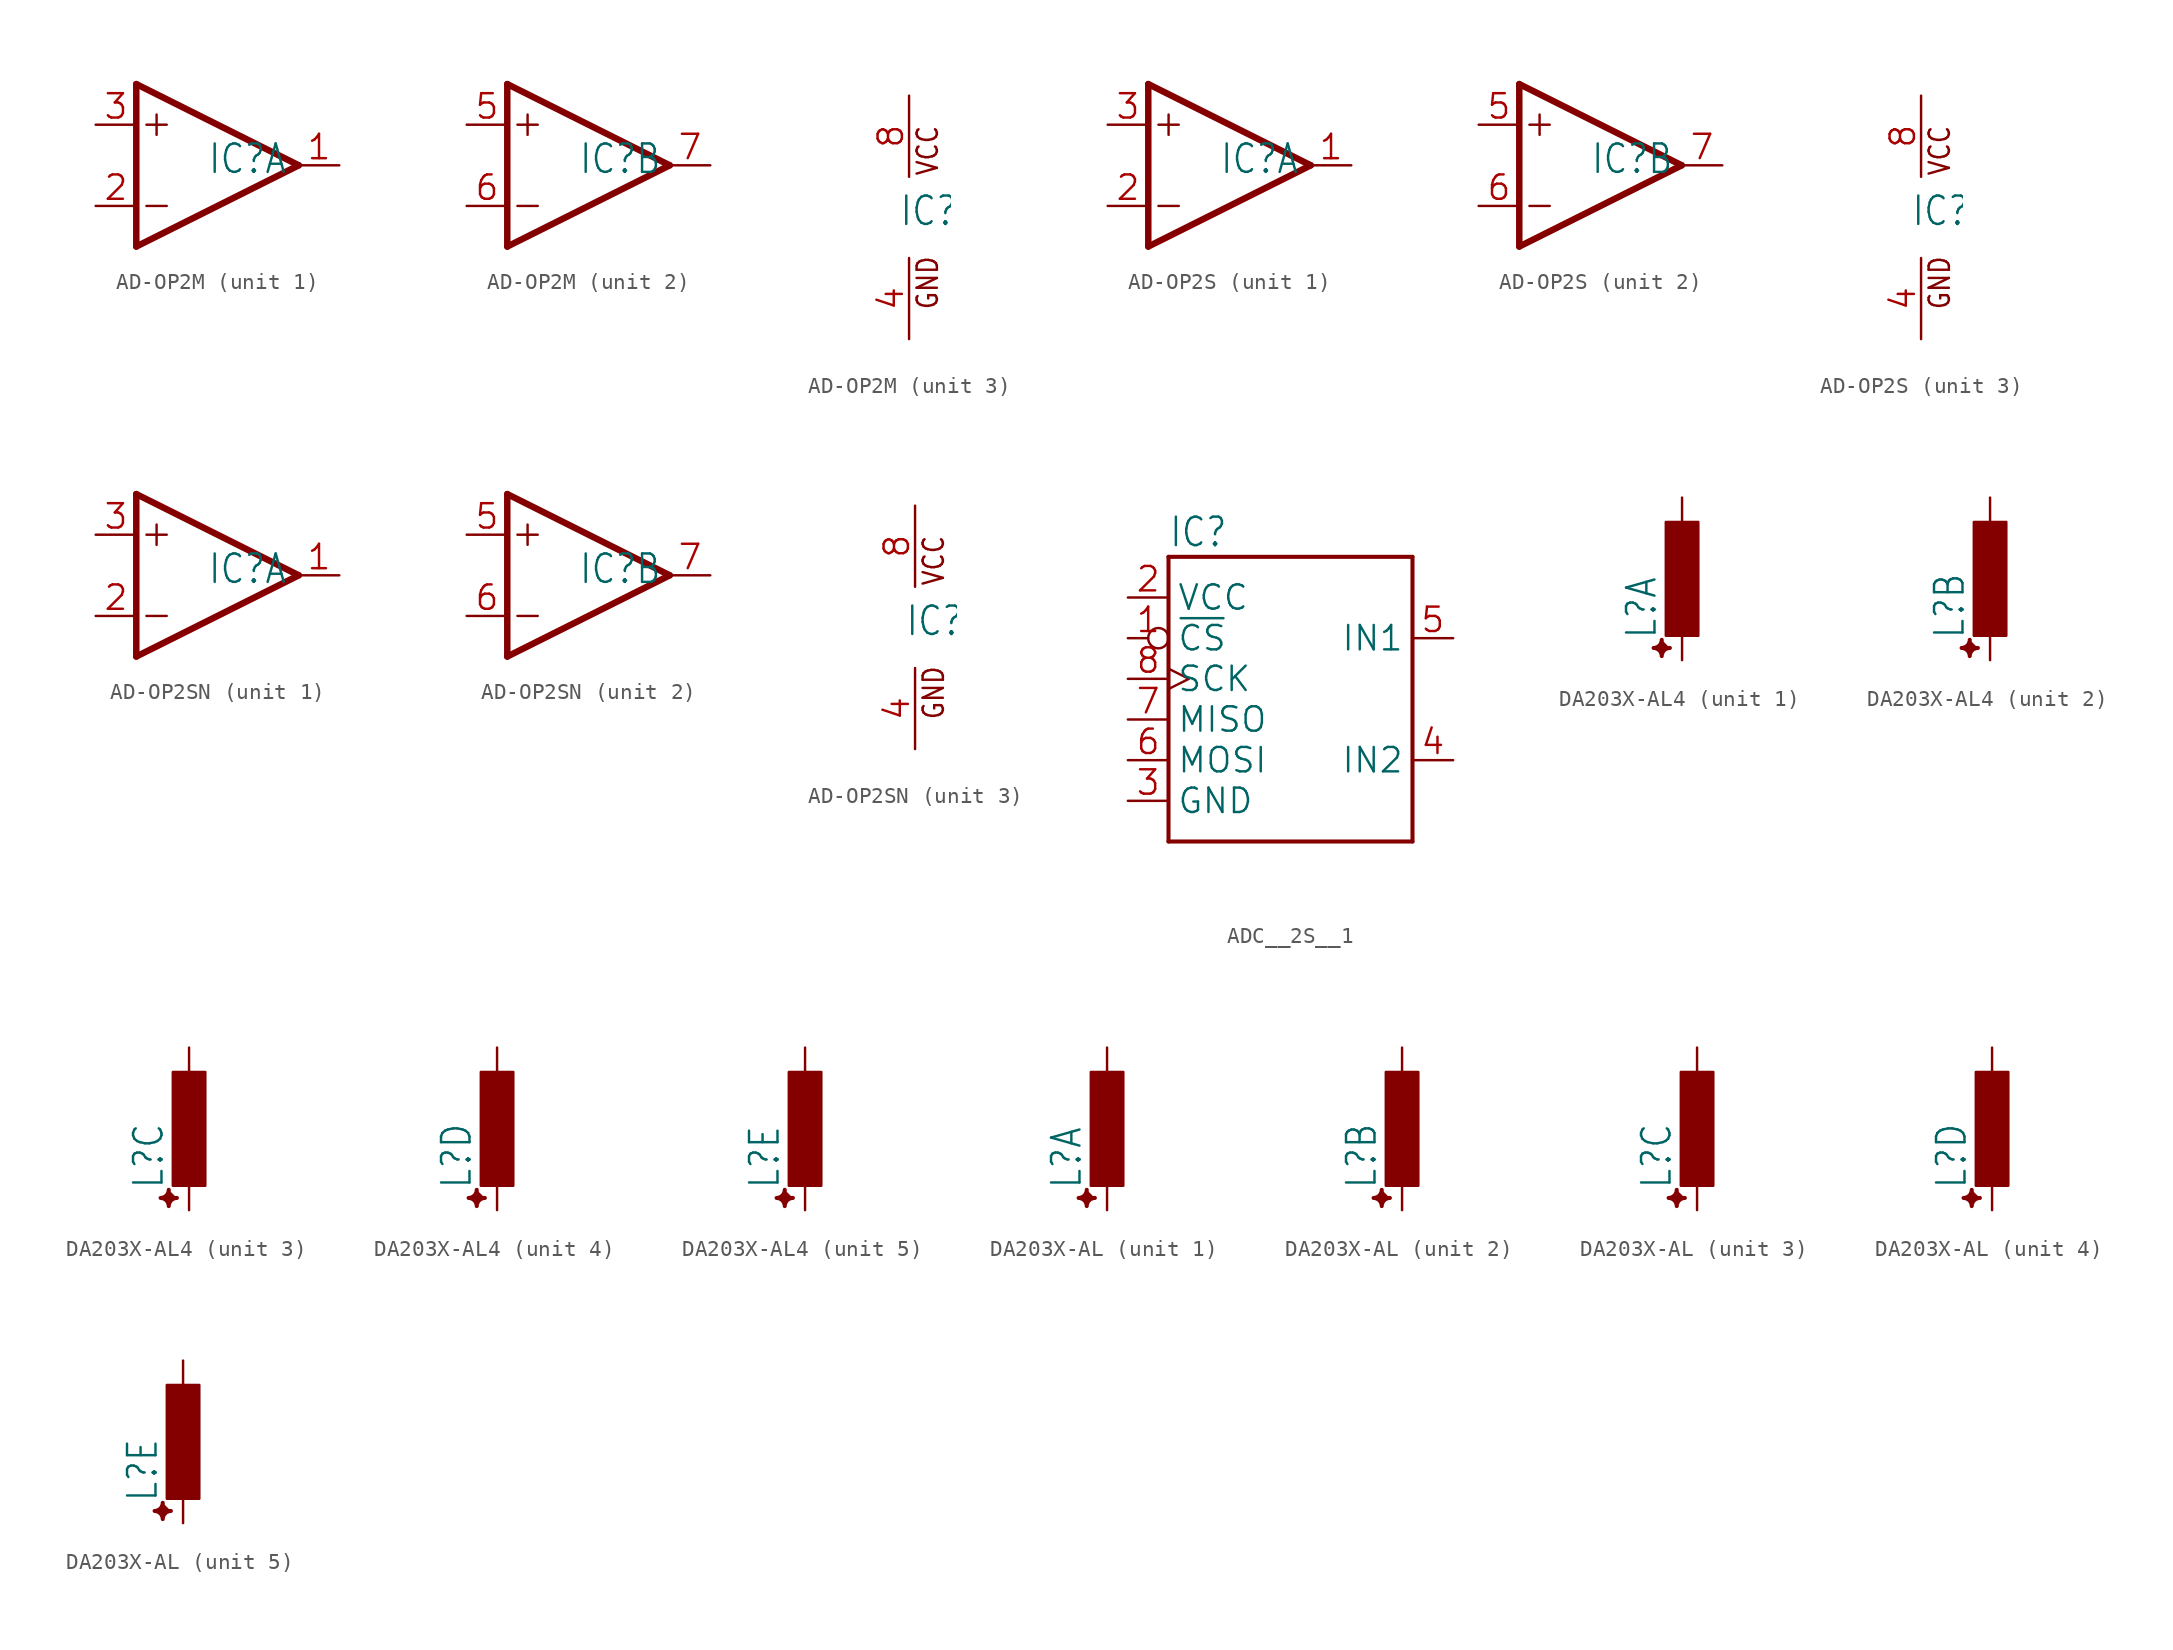
<source format=kicad_sym>
(kicad_symbol_lib
  (version 20241209)
  (generator "kicad_symbol_editor")
  (generator_version "9.0")
  (symbol "AD-OP2M"
    (property "Reference" "IC"
      (at -0.635 -0.635 0)
      (effects (font (size 1.778 1.511)) (justify left bottom)))
    (property "ki_locked" ""
      (at 0 0 0)
      (effects (font (size 1.27 1.27))))
    (symbol "AD-OP2M_1_0"
      (polyline (pts (xy -5.08 5.08) (xy -5.08 -5.08)) (stroke (width 0.406) (type solid)) (fill (type none)))
      (polyline (pts (xy -5.08 -5.08) (xy 5.08 0)) (stroke (width 0.406) (type solid)) (fill (type none)))
      (polyline (pts (xy -4.445 2.54) (xy -3.175 2.54)) (stroke (width 0.152) (type solid)) (fill (type none)))
      (polyline (pts (xy -4.445 -2.54) (xy -3.175 -2.54)) (stroke (width 0.152) (type solid)) (fill (type none)))
      (polyline (pts (xy -3.81 3.175) (xy -3.81 1.905)) (stroke (width 0.152) (type solid)) (fill (type none)))
      (polyline (pts (xy 5.08 0) (xy -5.08 5.08)) (stroke (width 0.406) (type solid)) (fill (type none)))
      (pin input line (at -7.62 2.54 0) (length 2.54) (name "+IN" (effects (font (size 0 0)))) (number "3" (effects (font (size 1.524 1.524)))))
      (pin input line (at -7.62 -2.54 0) (length 2.54) (name "-IN" (effects (font (size 0 0)))) (number "2" (effects (font (size 1.524 1.524)))))
      (pin output line (at 7.62 0 180) (length 2.54) (name "OUT" (effects (font (size 0 0)))) (number "1" (effects (font (size 1.524 1.524))))))
    (symbol "AD-OP2M_2_0"
      (polyline (pts (xy -5.08 5.08) (xy -5.08 -5.08)) (stroke (width 0.406) (type solid)) (fill (type none)))
      (polyline (pts (xy -5.08 -5.08) (xy 5.08 0)) (stroke (width 0.406) (type solid)) (fill (type none)))
      (polyline (pts (xy -4.445 2.54) (xy -3.175 2.54)) (stroke (width 0.152) (type solid)) (fill (type none)))
      (polyline (pts (xy -4.445 -2.54) (xy -3.175 -2.54)) (stroke (width 0.152) (type solid)) (fill (type none)))
      (polyline (pts (xy -3.81 3.175) (xy -3.81 1.905)) (stroke (width 0.152) (type solid)) (fill (type none)))
      (polyline (pts (xy 5.08 0) (xy -5.08 5.08)) (stroke (width 0.406) (type solid)) (fill (type none)))
      (pin input line (at -7.62 2.54 0) (length 2.54) (name "+IN" (effects (font (size 0 0)))) (number "5" (effects (font (size 1.524 1.524)))))
      (pin input line (at -7.62 -2.54 0) (length 2.54) (name "-IN" (effects (font (size 0 0)))) (number "6" (effects (font (size 1.524 1.524)))))
      (pin output line (at 7.62 0 180) (length 2.54) (name "OUT" (effects (font (size 0 0)))) (number "7" (effects (font (size 1.524 1.524))))))
    (symbol "AD-OP2M_3_0"
      (text "VCC" (at 1.905 2.54 900) (effects (font (size 1.27 1.079)) (justify left bottom)))
      (text "GND" (at 1.905 -5.842 900) (effects (font (size 1.27 1.079)) (justify left bottom)))
      (pin power_in line (at 0 7.62 270) (length 5.08) (name "VCC" (effects (font (size 0 0)))) (number "8" (effects (font (size 1.524 1.524)))))
      (pin power_in line (at 0 -7.62 90) (length 5.08) (name "GND" (effects (font (size 0 0)))) (number "4" (effects (font (size 1.524 1.524)))))))
  (symbol "AD-OP2S"
    (property "Reference" "IC"
      (at -0.635 -0.635 0)
      (effects (font (size 1.778 1.511)) (justify left bottom)))
    (property "ki_locked" ""
      (at 0 0 0)
      (effects (font (size 1.27 1.27))))
    (symbol "AD-OP2S_1_0"
      (polyline (pts (xy -5.08 5.08) (xy -5.08 -5.08)) (stroke (width 0.406) (type solid)) (fill (type none)))
      (polyline (pts (xy -5.08 -5.08) (xy 5.08 0)) (stroke (width 0.406) (type solid)) (fill (type none)))
      (polyline (pts (xy -4.445 2.54) (xy -3.175 2.54)) (stroke (width 0.152) (type solid)) (fill (type none)))
      (polyline (pts (xy -4.445 -2.54) (xy -3.175 -2.54)) (stroke (width 0.152) (type solid)) (fill (type none)))
      (polyline (pts (xy -3.81 3.175) (xy -3.81 1.905)) (stroke (width 0.152) (type solid)) (fill (type none)))
      (polyline (pts (xy 5.08 0) (xy -5.08 5.08)) (stroke (width 0.406) (type solid)) (fill (type none)))
      (pin input line (at -7.62 2.54 0) (length 2.54) (name "+IN" (effects (font (size 0 0)))) (number "3" (effects (font (size 1.524 1.524)))))
      (pin input line (at -7.62 -2.54 0) (length 2.54) (name "-IN" (effects (font (size 0 0)))) (number "2" (effects (font (size 1.524 1.524)))))
      (pin output line (at 7.62 0 180) (length 2.54) (name "OUT" (effects (font (size 0 0)))) (number "1" (effects (font (size 1.524 1.524))))))
    (symbol "AD-OP2S_2_0"
      (polyline (pts (xy -5.08 5.08) (xy -5.08 -5.08)) (stroke (width 0.406) (type solid)) (fill (type none)))
      (polyline (pts (xy -5.08 -5.08) (xy 5.08 0)) (stroke (width 0.406) (type solid)) (fill (type none)))
      (polyline (pts (xy -4.445 2.54) (xy -3.175 2.54)) (stroke (width 0.152) (type solid)) (fill (type none)))
      (polyline (pts (xy -4.445 -2.54) (xy -3.175 -2.54)) (stroke (width 0.152) (type solid)) (fill (type none)))
      (polyline (pts (xy -3.81 3.175) (xy -3.81 1.905)) (stroke (width 0.152) (type solid)) (fill (type none)))
      (polyline (pts (xy 5.08 0) (xy -5.08 5.08)) (stroke (width 0.406) (type solid)) (fill (type none)))
      (pin input line (at -7.62 2.54 0) (length 2.54) (name "+IN" (effects (font (size 0 0)))) (number "5" (effects (font (size 1.524 1.524)))))
      (pin input line (at -7.62 -2.54 0) (length 2.54) (name "-IN" (effects (font (size 0 0)))) (number "6" (effects (font (size 1.524 1.524)))))
      (pin output line (at 7.62 0 180) (length 2.54) (name "OUT" (effects (font (size 0 0)))) (number "7" (effects (font (size 1.524 1.524))))))
    (symbol "AD-OP2S_3_0"
      (text "VCC" (at 1.905 2.54 900) (effects (font (size 1.27 1.079)) (justify left bottom)))
      (text "GND" (at 1.905 -5.842 900) (effects (font (size 1.27 1.079)) (justify left bottom)))
      (pin power_in line (at 0 7.62 270) (length 5.08) (name "VCC" (effects (font (size 0 0)))) (number "8" (effects (font (size 1.524 1.524)))))
      (pin power_in line (at 0 -7.62 90) (length 5.08) (name "GND" (effects (font (size 0 0)))) (number "4" (effects (font (size 1.524 1.524)))))))
  (symbol "AD-OP2SN"
    (property "Reference" "IC"
      (at -0.635 -0.635 0)
      (effects (font (size 1.778 1.511)) (justify left bottom)))
    (property "ki_locked" ""
      (at 0 0 0)
      (effects (font (size 1.27 1.27))))
    (symbol "AD-OP2SN_1_0"
      (polyline (pts (xy -5.08 5.08) (xy -5.08 -5.08)) (stroke (width 0.406) (type solid)) (fill (type none)))
      (polyline (pts (xy -5.08 -5.08) (xy 5.08 0)) (stroke (width 0.406) (type solid)) (fill (type none)))
      (polyline (pts (xy -4.445 2.54) (xy -3.175 2.54)) (stroke (width 0.152) (type solid)) (fill (type none)))
      (polyline (pts (xy -4.445 -2.54) (xy -3.175 -2.54)) (stroke (width 0.152) (type solid)) (fill (type none)))
      (polyline (pts (xy -3.81 3.175) (xy -3.81 1.905)) (stroke (width 0.152) (type solid)) (fill (type none)))
      (polyline (pts (xy 5.08 0) (xy -5.08 5.08)) (stroke (width 0.406) (type solid)) (fill (type none)))
      (pin input line (at -7.62 2.54 0) (length 2.54) (name "+IN" (effects (font (size 0 0)))) (number "3" (effects (font (size 1.524 1.524)))))
      (pin input line (at -7.62 -2.54 0) (length 2.54) (name "-IN" (effects (font (size 0 0)))) (number "2" (effects (font (size 1.524 1.524)))))
      (pin output line (at 7.62 0 180) (length 2.54) (name "OUT" (effects (font (size 0 0)))) (number "1" (effects (font (size 1.524 1.524))))))
    (symbol "AD-OP2SN_2_0"
      (polyline (pts (xy -5.08 5.08) (xy -5.08 -5.08)) (stroke (width 0.406) (type solid)) (fill (type none)))
      (polyline (pts (xy -5.08 -5.08) (xy 5.08 0)) (stroke (width 0.406) (type solid)) (fill (type none)))
      (polyline (pts (xy -4.445 2.54) (xy -3.175 2.54)) (stroke (width 0.152) (type solid)) (fill (type none)))
      (polyline (pts (xy -4.445 -2.54) (xy -3.175 -2.54)) (stroke (width 0.152) (type solid)) (fill (type none)))
      (polyline (pts (xy -3.81 3.175) (xy -3.81 1.905)) (stroke (width 0.152) (type solid)) (fill (type none)))
      (polyline (pts (xy 5.08 0) (xy -5.08 5.08)) (stroke (width 0.406) (type solid)) (fill (type none)))
      (pin input line (at -7.62 2.54 0) (length 2.54) (name "+IN" (effects (font (size 0 0)))) (number "5" (effects (font (size 1.524 1.524)))))
      (pin input line (at -7.62 -2.54 0) (length 2.54) (name "-IN" (effects (font (size 0 0)))) (number "6" (effects (font (size 1.524 1.524)))))
      (pin output line (at 7.62 0 180) (length 2.54) (name "OUT" (effects (font (size 0 0)))) (number "7" (effects (font (size 1.524 1.524))))))
    (symbol "AD-OP2SN_3_0"
      (text "VCC" (at 1.905 2.54 900) (effects (font (size 1.27 1.079)) (justify left bottom)))
      (text "GND" (at 1.905 -5.842 900) (effects (font (size 1.27 1.079)) (justify left bottom)))
      (pin power_in line (at 0 7.62 270) (length 5.08) (name "VCC" (effects (font (size 0 0)))) (number "8" (effects (font (size 1.524 1.524)))))
      (pin power_in line (at 0 -7.62 90) (length 5.08) (name "GND" (effects (font (size 0 0)))) (number "4" (effects (font (size 1.524 1.524)))))))
  (symbol "ADC__2S__1"
    (property "Reference" "IC"
      (at -7.62 10.668 0)
      (effects (font (size 1.778 1.511)) (justify left bottom)))
    (property "Value" ""
      (at -7.62 -10.16 0)
      (effects (font (size 1.778 1.511)) (justify left bottom)))
    (property "ki_locked" ""
      (at 0 0 0)
      (effects (font (size 1.27 1.27))))
    (symbol "ADC__2S__1_1_0"
      (polyline (pts (xy -7.62 10.16) (xy 7.62 10.16)) (stroke (width 0.254) (type solid)) (fill (type none)))
      (polyline (pts (xy -7.62 -7.62) (xy -7.62 10.16)) (stroke (width 0.254) (type solid)) (fill (type none)))
      (polyline (pts (xy 7.62 10.16) (xy 7.62 -7.62)) (stroke (width 0.254) (type solid)) (fill (type none)))
      (polyline (pts (xy 7.62 -7.62) (xy -7.62 -7.62)) (stroke (width 0.254) (type solid)) (fill (type none)))
      (pin power_in line (at -10.16 7.62 0) (length 2.54) (name "VCC" (effects (font (size 1.524 1.524)))) (number "2" (effects (font (size 1.524 1.524)))))
      (pin bidirectional inverted (at -10.16 5.08 0) (length 2.54) (name "~{CS}" (effects (font (size 1.524 1.524)))) (number "1" (effects (font (size 1.524 1.524)))))
      (pin bidirectional clock (at -10.16 2.54 0) (length 2.54) (name "SCK" (effects (font (size 1.524 1.524)))) (number "8" (effects (font (size 1.524 1.524)))))
      (pin bidirectional line (at -10.16 0 0) (length 2.54) (name "MISO" (effects (font (size 1.524 1.524)))) (number "7" (effects (font (size 1.524 1.524)))))
      (pin bidirectional line (at -10.16 -2.54 0) (length 2.54) (name "MOSI" (effects (font (size 1.524 1.524)))) (number "6" (effects (font (size 1.524 1.524)))))
      (pin power_in line (at -10.16 -5.08 0) (length 2.54) (name "GND" (effects (font (size 1.524 1.524)))) (number "3" (effects (font (size 1.524 1.524)))))
      (pin passive line (at 10.16 5.08 180) (length 2.54) (name "IN1" (effects (font (size 1.524 1.524)))) (number "5" (effects (font (size 1.524 1.524)))))
      (pin passive line (at 10.16 -2.54 180) (length 2.54) (name "IN2" (effects (font (size 1.524 1.524)))) (number "4" (effects (font (size 1.524 1.524)))))))
  (symbol "DA203X-AL4"
    (property "Reference" "L"
      (at -1.499 -3.81 90)
      (effects (font (size 1.778 1.511)) (justify left bottom)))
    (property "Value" ""
      (at 3.302 -3.81 90)
      (effects (font (size 1.778 1.511)) (justify left bottom)))
    (property "ki_locked" ""
      (at 0 0 0)
      (effects (font (size 1.27 1.27))))
    (symbol "DA203X-AL4_1_0"
      (polyline (pts (xy -1.27 -3.81) (xy -1.275 -3.91) (xy -1.351 -4.095) (xy -1.493 -4.237) (xy -1.678 -4.313) (xy -1.778 -4.318) (xy -1.678 -4.323) (xy -1.493 -4.399) (xy -1.351 -4.541) (xy -1.275 -4.726) (xy -1.27 -4.826) (xy -1.265 -4.726) (xy -1.188 -4.541) (xy -1.047 -4.399) (xy -0.862 -4.323) (xy -0.762 -4.318)) (stroke (width 0.254) (type solid)) (fill (type outline)))
      (rectangle (start -1.016 -3.556) (end 1.016 3.556) (stroke (width 0) (type default)) (fill (type outline)))
      (pin passive line (at 0 5.08 270) (length 2.54) (name "1" (effects (font (size 0 0)))) (number "7" (effects (font (size 0 0)))))
      (pin passive line (at 0 -5.08 90) (length 2.54) (name "2" (effects (font (size 0 0)))) (number "6" (effects (font (size 0 0))))))
    (symbol "DA203X-AL4_2_0"
      (polyline (pts (xy -1.27 -3.81) (xy -1.275 -3.91) (xy -1.351 -4.095) (xy -1.493 -4.237) (xy -1.678 -4.313) (xy -1.778 -4.318) (xy -1.678 -4.323) (xy -1.493 -4.399) (xy -1.351 -4.541) (xy -1.275 -4.726) (xy -1.27 -4.826) (xy -1.265 -4.726) (xy -1.188 -4.541) (xy -1.047 -4.399) (xy -0.862 -4.323) (xy -0.762 -4.318)) (stroke (width 0.254) (type solid)) (fill (type outline)))
      (rectangle (start -1.016 -3.556) (end 1.016 3.556) (stroke (width 0) (type default)) (fill (type outline)))
      (pin passive line (at 0 5.08 270) (length 2.54) (name "1" (effects (font (size 0 0)))) (number "8" (effects (font (size 0 0)))))
      (pin passive line (at 0 -5.08 90) (length 2.54) (name "2" (effects (font (size 0 0)))) (number "5" (effects (font (size 0 0))))))
    (symbol "DA203X-AL4_3_0"
      (polyline (pts (xy -1.27 -3.81) (xy -1.275 -3.91) (xy -1.351 -4.095) (xy -1.493 -4.237) (xy -1.678 -4.313) (xy -1.778 -4.318) (xy -1.678 -4.323) (xy -1.493 -4.399) (xy -1.351 -4.541) (xy -1.275 -4.726) (xy -1.27 -4.826) (xy -1.265 -4.726) (xy -1.188 -4.541) (xy -1.047 -4.399) (xy -0.862 -4.323) (xy -0.762 -4.318)) (stroke (width 0.254) (type solid)) (fill (type outline)))
      (rectangle (start -1.016 -3.556) (end 1.016 3.556) (stroke (width 0) (type default)) (fill (type outline)))
      (pin passive line (at 0 5.08 270) (length 2.54) (name "1" (effects (font (size 0 0)))) (number "9" (effects (font (size 0 0)))))
      (pin passive line (at 0 -5.08 90) (length 2.54) (name "2" (effects (font (size 0 0)))) (number "4" (effects (font (size 0 0))))))
    (symbol "DA203X-AL4_4_0"
      (polyline (pts (xy -1.27 -3.81) (xy -1.275 -3.91) (xy -1.351 -4.095) (xy -1.493 -4.237) (xy -1.678 -4.313) (xy -1.778 -4.318) (xy -1.678 -4.323) (xy -1.493 -4.399) (xy -1.351 -4.541) (xy -1.275 -4.726) (xy -1.27 -4.826) (xy -1.265 -4.726) (xy -1.188 -4.541) (xy -1.047 -4.399) (xy -0.862 -4.323) (xy -0.762 -4.318)) (stroke (width 0.254) (type solid)) (fill (type outline)))
      (rectangle (start -1.016 -3.556) (end 1.016 3.556) (stroke (width 0) (type default)) (fill (type outline)))
      (pin passive line (at 0 5.08 270) (length 2.54) (name "1" (effects (font (size 0 0)))) (number "10" (effects (font (size 0 0)))))
      (pin passive line (at 0 -5.08 90) (length 2.54) (name "2" (effects (font (size 0 0)))) (number "3" (effects (font (size 0 0))))))
    (symbol "DA203X-AL4_5_0"
      (polyline (pts (xy -1.27 -3.81) (xy -1.275 -3.91) (xy -1.351 -4.095) (xy -1.493 -4.237) (xy -1.678 -4.313) (xy -1.778 -4.318) (xy -1.678 -4.323) (xy -1.493 -4.399) (xy -1.351 -4.541) (xy -1.275 -4.726) (xy -1.27 -4.826) (xy -1.265 -4.726) (xy -1.188 -4.541) (xy -1.047 -4.399) (xy -0.862 -4.323) (xy -0.762 -4.318)) (stroke (width 0.254) (type solid)) (fill (type outline)))
      (rectangle (start -1.016 -3.556) (end 1.016 3.556) (stroke (width 0) (type default)) (fill (type outline)))
      (pin passive line (at 0 5.08 270) (length 2.54) (name "1" (effects (font (size 0 0)))) (number "1" (effects (font (size 0 0)))))
      (pin passive line (at 0 -5.08 90) (length 2.54) (name "2" (effects (font (size 0 0)))) (number "12" (effects (font (size 0 0)))))))
  (symbol "DA203X-AL"
    (property "Reference" "L"
      (at -1.499 -3.81 90)
      (effects (font (size 1.778 1.511)) (justify left bottom)))
    (property "Value" ""
      (at 3.302 -3.81 90)
      (effects (font (size 1.778 1.511)) (justify left bottom)))
    (property "ki_locked" ""
      (at 0 0 0)
      (effects (font (size 1.27 1.27))))
    (symbol "DA203X-AL_1_0"
      (polyline (pts (xy -1.27 -3.81) (xy -1.275 -3.91) (xy -1.351 -4.095) (xy -1.493 -4.237) (xy -1.678 -4.313) (xy -1.778 -4.318) (xy -1.678 -4.323) (xy -1.493 -4.399) (xy -1.351 -4.541) (xy -1.275 -4.726) (xy -1.27 -4.826) (xy -1.265 -4.726) (xy -1.188 -4.541) (xy -1.047 -4.399) (xy -0.862 -4.323) (xy -0.762 -4.318)) (stroke (width 0.254) (type solid)) (fill (type outline)))
      (rectangle (start -1.016 -3.556) (end 1.016 3.556) (stroke (width 0) (type default)) (fill (type outline)))
      (pin passive line (at 0 5.08 270) (length 2.54) (name "1" (effects (font (size 0 0)))) (number "7" (effects (font (size 0 0)))))
      (pin passive line (at 0 -5.08 90) (length 2.54) (name "2" (effects (font (size 0 0)))) (number "6" (effects (font (size 0 0))))))
    (symbol "DA203X-AL_2_0"
      (polyline (pts (xy -1.27 -3.81) (xy -1.275 -3.91) (xy -1.351 -4.095) (xy -1.493 -4.237) (xy -1.678 -4.313) (xy -1.778 -4.318) (xy -1.678 -4.323) (xy -1.493 -4.399) (xy -1.351 -4.541) (xy -1.275 -4.726) (xy -1.27 -4.826) (xy -1.265 -4.726) (xy -1.188 -4.541) (xy -1.047 -4.399) (xy -0.862 -4.323) (xy -0.762 -4.318)) (stroke (width 0.254) (type solid)) (fill (type outline)))
      (rectangle (start -1.016 -3.556) (end 1.016 3.556) (stroke (width 0) (type default)) (fill (type outline)))
      (pin passive line (at 0 5.08 270) (length 2.54) (name "1" (effects (font (size 0 0)))) (number "8" (effects (font (size 0 0)))))
      (pin passive line (at 0 -5.08 90) (length 2.54) (name "2" (effects (font (size 0 0)))) (number "5" (effects (font (size 0 0))))))
    (symbol "DA203X-AL_3_0"
      (polyline (pts (xy -1.27 -3.81) (xy -1.275 -3.91) (xy -1.351 -4.095) (xy -1.493 -4.237) (xy -1.678 -4.313) (xy -1.778 -4.318) (xy -1.678 -4.323) (xy -1.493 -4.399) (xy -1.351 -4.541) (xy -1.275 -4.726) (xy -1.27 -4.826) (xy -1.265 -4.726) (xy -1.188 -4.541) (xy -1.047 -4.399) (xy -0.862 -4.323) (xy -0.762 -4.318)) (stroke (width 0.254) (type solid)) (fill (type outline)))
      (rectangle (start -1.016 -3.556) (end 1.016 3.556) (stroke (width 0) (type default)) (fill (type outline)))
      (pin passive line (at 0 5.08 270) (length 2.54) (name "1" (effects (font (size 0 0)))) (number "9" (effects (font (size 0 0)))))
      (pin passive line (at 0 -5.08 90) (length 2.54) (name "2" (effects (font (size 0 0)))) (number "4" (effects (font (size 0 0))))))
    (symbol "DA203X-AL_4_0"
      (polyline (pts (xy -1.27 -3.81) (xy -1.275 -3.91) (xy -1.351 -4.095) (xy -1.493 -4.237) (xy -1.678 -4.313) (xy -1.778 -4.318) (xy -1.678 -4.323) (xy -1.493 -4.399) (xy -1.351 -4.541) (xy -1.275 -4.726) (xy -1.27 -4.826) (xy -1.265 -4.726) (xy -1.188 -4.541) (xy -1.047 -4.399) (xy -0.862 -4.323) (xy -0.762 -4.318)) (stroke (width 0.254) (type solid)) (fill (type outline)))
      (rectangle (start -1.016 -3.556) (end 1.016 3.556) (stroke (width 0) (type default)) (fill (type outline)))
      (pin passive line (at 0 5.08 270) (length 2.54) (name "1" (effects (font (size 0 0)))) (number "10" (effects (font (size 0 0)))))
      (pin passive line (at 0 -5.08 90) (length 2.54) (name "2" (effects (font (size 0 0)))) (number "3" (effects (font (size 0 0))))))
    (symbol "DA203X-AL_5_0"
      (polyline (pts (xy -1.27 -3.81) (xy -1.275 -3.91) (xy -1.351 -4.095) (xy -1.493 -4.237) (xy -1.678 -4.313) (xy -1.778 -4.318) (xy -1.678 -4.323) (xy -1.493 -4.399) (xy -1.351 -4.541) (xy -1.275 -4.726) (xy -1.27 -4.826) (xy -1.265 -4.726) (xy -1.188 -4.541) (xy -1.047 -4.399) (xy -0.862 -4.323) (xy -0.762 -4.318)) (stroke (width 0.254) (type solid)) (fill (type outline)))
      (rectangle (start -1.016 -3.556) (end 1.016 3.556) (stroke (width 0) (type default)) (fill (type outline)))
      (pin passive line (at 0 5.08 270) (length 2.54) (name "1" (effects (font (size 0 0)))) (number "1" (effects (font (size 0 0)))))
      (pin passive line (at 0 -5.08 90) (length 2.54) (name "2" (effects (font (size 0 0)))) (number "12" (effects (font (size 0 0))))))))
</source>
